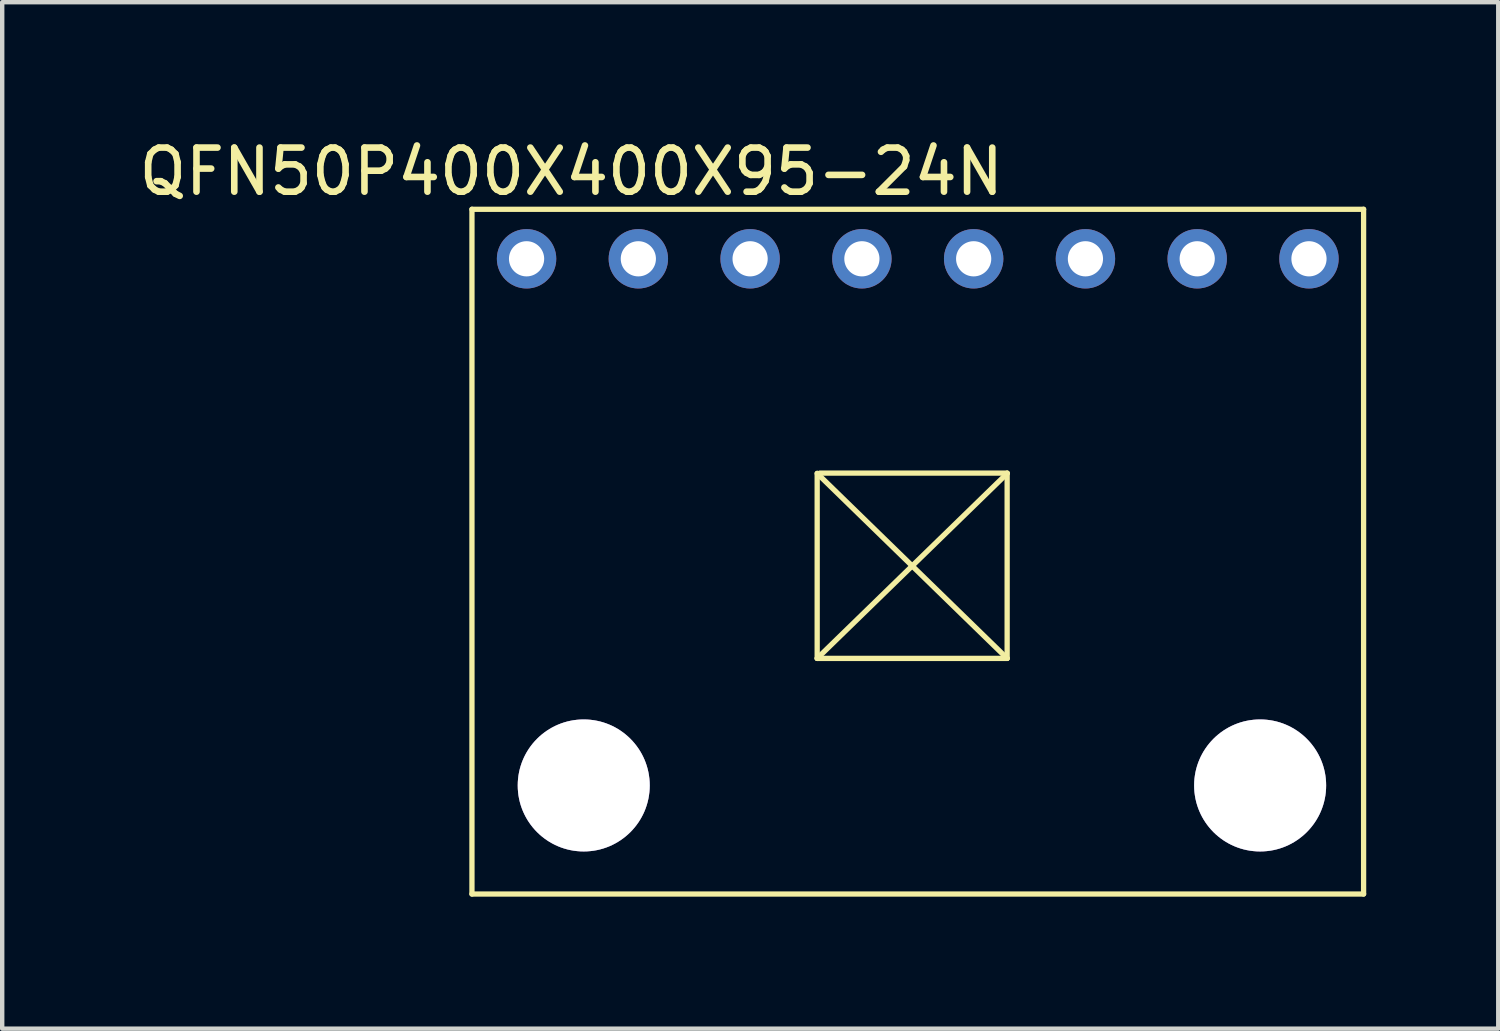
<source format=kicad_pcb>
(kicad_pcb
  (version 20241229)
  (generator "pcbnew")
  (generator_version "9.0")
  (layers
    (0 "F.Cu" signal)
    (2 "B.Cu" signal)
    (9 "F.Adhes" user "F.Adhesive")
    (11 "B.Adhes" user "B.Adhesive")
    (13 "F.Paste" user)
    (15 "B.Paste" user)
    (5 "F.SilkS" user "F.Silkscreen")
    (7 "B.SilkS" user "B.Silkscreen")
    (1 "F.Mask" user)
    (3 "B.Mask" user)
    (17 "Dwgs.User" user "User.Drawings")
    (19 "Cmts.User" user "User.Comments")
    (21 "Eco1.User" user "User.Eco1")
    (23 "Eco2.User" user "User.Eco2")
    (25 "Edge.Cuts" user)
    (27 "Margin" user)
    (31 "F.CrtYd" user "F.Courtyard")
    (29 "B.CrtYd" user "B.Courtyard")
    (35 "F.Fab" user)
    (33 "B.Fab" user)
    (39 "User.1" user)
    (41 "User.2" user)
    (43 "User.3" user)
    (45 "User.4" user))
  (footprint "QFN50P400X400X95-24N"
    (layer "F.Cu")
    (at 17.806 9.486)
    (property "Reference" "QFN50P400X400X95-24N" (at -7.874 -8.636 0) (layer "F.SilkS") (effects (font (size 1.002 1.002) (thickness 0.15))))
    (attr through_hole)
    (fp_line (start -10.131 -7.78) (end -10.131 7.78) (stroke (width 0.12) (type solid)) (layer "F.SilkS"))
    (fp_line (start -10.131 -7.78) (end 10.131 -7.78) (stroke (width 0.12) (type solid)) (layer "F.SilkS"))
    (fp_line (start -2.286 -1.778) (end -2.286 2.426) (stroke (width 0.12) (type solid)) (layer "F.SilkS"))
    (fp_line (start -2.286 -1.778) (end 2.031 2.426) (stroke (width 0.12) (type solid)) (layer "F.SilkS"))
    (fp_line (start -2.286 2.426) (end 2.031 2.426) (stroke (width 0.12) (type solid)) (layer "F.SilkS"))
    (fp_line (start -2.286 2.426) (end 2.032 -1.778) (stroke (width 0.12) (type solid)) (layer "F.SilkS"))
    (fp_line (start 2.031 -1.785) (end -2.226 -1.785) (stroke (width 0.12) (type solid)) (layer "F.SilkS"))
    (fp_line (start 2.031 -1.785) (end 2.031 2.426) (stroke (width 0.12) (type solid)) (layer "F.SilkS"))
    (fp_line (start 10.131 -7.78) (end 10.131 7.78) (stroke (width 0.12) (type solid)) (layer "F.SilkS"))
    (fp_line (start 10.131 7.78) (end -10.131 7.78) (stroke (width 0.12) (type solid)) (layer "F.SilkS"))
    (pad "0" thru_hole circle (at -7.591 5.313) (size 3 3) (drill 3) (layers "*.Cu" "*.Mask"))
    (pad "0" thru_hole circle (at 7.78 5.313) (size 3 3) (drill 3) (layers "*.Cu" "*.Mask"))
    (pad "6" thru_hole circle (at -1.27 -6.655) (size 1.35 1.35) (drill 0.8) (layers "*.Cu" "*.Mask"))
    (pad "7" thru_hole circle (at -3.81 -6.655) (size 1.35 1.35) (drill 0.8) (layers "*.Cu" "*.Mask"))
    (pad "9" thru_hole circle (at -6.35 -6.655) (size 1.35 1.35) (drill 0.8) (layers "*.Cu" "*.Mask"))
    (pad "12" thru_hole circle (at -8.89 -6.655) (size 1.35 1.35) (drill 0.8) (layers "*.Cu" "*.Mask"))
    (pad "13" thru_hole circle (at 8.89 -6.655) (size 1.35 1.35) (drill 0.8) (layers "*.Cu" "*.Mask"))
    (pad "18" thru_hole circle (at 6.35 -6.655) (size 1.35 1.35) (drill 0.8) (layers "*.Cu" "*.Mask"))
    (pad "23" thru_hole circle (at 3.81 -6.655) (size 1.35 1.35) (drill 0.8) (layers "*.Cu" "*.Mask"))
    (pad "24" thru_hole circle (at 1.27 -6.655) (size 1.35 1.35) (drill 0.8) (layers "*.Cu" "*.Mask")))
  (gr_rect
    (start -3 -3)
    (end 30.997 20.326)
    (stroke (width 0.1) (type default))
    (fill no)
    (layer "Edge.Cuts")))
</source>
